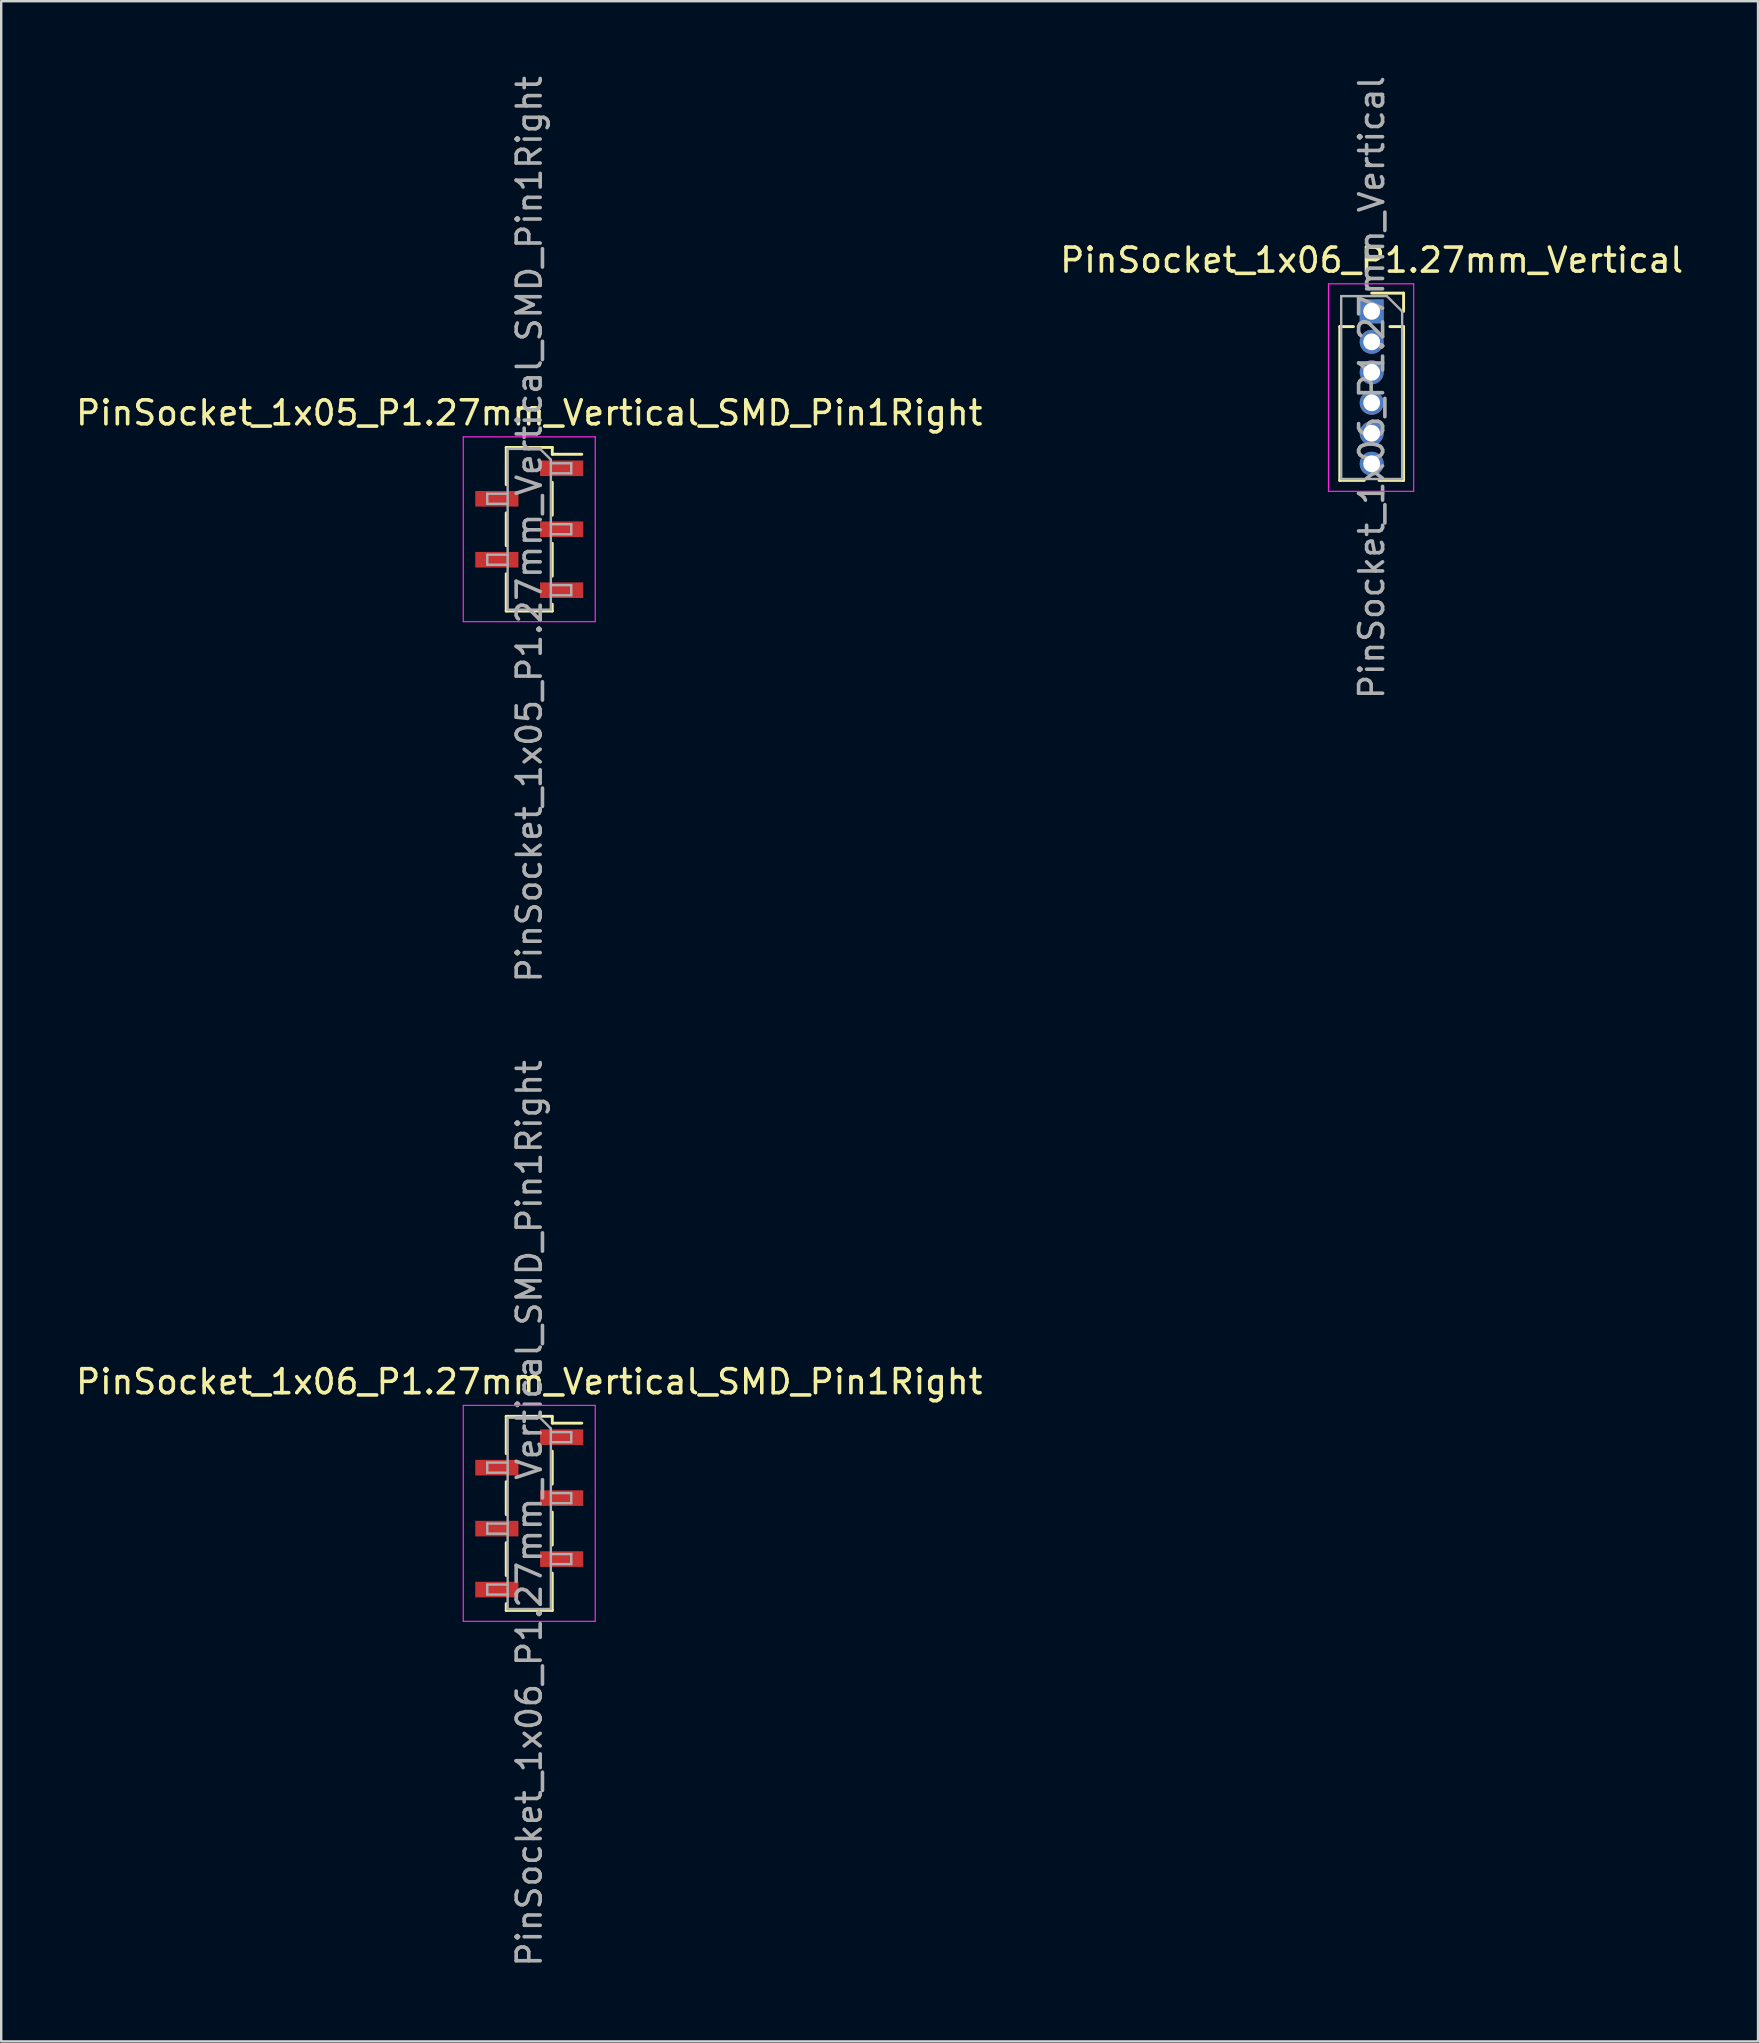
<source format=kicad_pcb>
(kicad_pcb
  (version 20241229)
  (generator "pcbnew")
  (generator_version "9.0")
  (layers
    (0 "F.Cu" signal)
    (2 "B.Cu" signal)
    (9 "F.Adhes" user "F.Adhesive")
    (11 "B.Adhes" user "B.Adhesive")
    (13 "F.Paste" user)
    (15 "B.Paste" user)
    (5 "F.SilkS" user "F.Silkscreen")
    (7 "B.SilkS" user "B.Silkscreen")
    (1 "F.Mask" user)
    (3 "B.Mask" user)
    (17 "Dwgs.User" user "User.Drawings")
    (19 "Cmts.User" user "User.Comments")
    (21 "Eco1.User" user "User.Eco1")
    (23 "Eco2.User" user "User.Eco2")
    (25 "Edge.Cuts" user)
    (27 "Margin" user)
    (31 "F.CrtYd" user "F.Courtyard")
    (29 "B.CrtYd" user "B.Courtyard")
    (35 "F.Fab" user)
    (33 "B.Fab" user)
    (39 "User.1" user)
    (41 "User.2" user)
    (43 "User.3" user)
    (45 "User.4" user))
  (footprint "PinSocket_1x06_P1.27mm_Vertical_SMD_Pin1Right"
    (layer "F.Cu")
    (at 19.006 60.018)
    (property "Reference" "PinSocket_1x06_P1.27mm_Vertical_SMD_Pin1Right" (at 0 -5.485 0) (layer "F.SilkS") (effects (font (size 1 1) (thickness 0.15))))
    (attr smd)
    (fp_line (start -0.96 -4.045) (end -0.96 -2.49) (stroke (width 0.12) (type solid)) (layer "F.SilkS"))
    (fp_line (start -0.96 -4.045) (end 0.96 -4.045) (stroke (width 0.12) (type solid)) (layer "F.SilkS"))
    (fp_line (start -0.96 -1.32) (end -0.96 0.05) (stroke (width 0.12) (type solid)) (layer "F.SilkS"))
    (fp_line (start -0.96 1.22) (end -0.96 2.59) (stroke (width 0.12) (type solid)) (layer "F.SilkS"))
    (fp_line (start -0.96 3.76) (end -0.96 4.045) (stroke (width 0.12) (type solid)) (layer "F.SilkS"))
    (fp_line (start -0.96 4.045) (end 0.96 4.045) (stroke (width 0.12) (type solid)) (layer "F.SilkS"))
    (fp_line (start 0.96 -4.045) (end 0.96 -3.76) (stroke (width 0.12) (type solid)) (layer "F.SilkS"))
    (fp_line (start 0.96 -3.76) (end 2.19 -3.76) (stroke (width 0.12) (type solid)) (layer "F.SilkS"))
    (fp_line (start 0.96 -2.59) (end 0.96 -1.22) (stroke (width 0.12) (type solid)) (layer "F.SilkS"))
    (fp_line (start 0.96 -0.05) (end 0.96 1.32) (stroke (width 0.12) (type solid)) (layer "F.SilkS"))
    (fp_line (start 0.96 2.49) (end 0.96 4.045) (stroke (width 0.12) (type solid)) (layer "F.SilkS"))
    (fp_line (start -2.75 -4.5) (end 2.75 -4.5) (stroke (width 0.05) (type solid)) (layer "F.CrtYd"))
    (fp_line (start -2.75 4.5) (end -2.75 -4.5) (stroke (width 0.05) (type solid)) (layer "F.CrtYd"))
    (fp_line (start 2.75 -4.5) (end 2.75 4.5) (stroke (width 0.05) (type solid)) (layer "F.CrtYd"))
    (fp_line (start 2.75 4.5) (end -2.75 4.5) (stroke (width 0.05) (type solid)) (layer "F.CrtYd"))
    (fp_line (start -1.75 -2.115) (end -0.9 -2.115) (stroke (width 0.1) (type solid)) (layer "F.Fab"))
    (fp_line (start -1.75 -1.695) (end -1.75 -2.115) (stroke (width 0.1) (type solid)) (layer "F.Fab"))
    (fp_line (start -1.75 0.425) (end -0.9 0.425) (stroke (width 0.1) (type solid)) (layer "F.Fab"))
    (fp_line (start -1.75 0.845) (end -1.75 0.425) (stroke (width 0.1) (type solid)) (layer "F.Fab"))
    (fp_line (start -1.75 2.965) (end -0.9 2.965) (stroke (width 0.1) (type solid)) (layer "F.Fab"))
    (fp_line (start -1.75 3.385) (end -1.75 2.965) (stroke (width 0.1) (type solid)) (layer "F.Fab"))
    (fp_line (start -0.9 -3.985) (end 0.45 -3.985) (stroke (width 0.1) (type solid)) (layer "F.Fab"))
    (fp_line (start -0.9 -1.695) (end -1.75 -1.695) (stroke (width 0.1) (type solid)) (layer "F.Fab"))
    (fp_line (start -0.9 0.845) (end -1.75 0.845) (stroke (width 0.1) (type solid)) (layer "F.Fab"))
    (fp_line (start -0.9 3.385) (end -1.75 3.385) (stroke (width 0.1) (type solid)) (layer "F.Fab"))
    (fp_line (start -0.9 3.985) (end -0.9 -3.985) (stroke (width 0.1) (type solid)) (layer "F.Fab"))
    (fp_line (start 0.45 -3.985) (end 0.9 -3.535) (stroke (width 0.1) (type solid)) (layer "F.Fab"))
    (fp_line (start 0.9 -3.535) (end 0.9 3.985) (stroke (width 0.1) (type solid)) (layer "F.Fab"))
    (fp_line (start 0.9 -3.385) (end 1.75 -3.385) (stroke (width 0.1) (type solid)) (layer "F.Fab"))
    (fp_line (start 0.9 -0.845) (end 1.75 -0.845) (stroke (width 0.1) (type solid)) (layer "F.Fab"))
    (fp_line (start 0.9 1.695) (end 1.75 1.695) (stroke (width 0.1) (type solid)) (layer "F.Fab"))
    (fp_line (start 0.9 3.985) (end -0.9 3.985) (stroke (width 0.1) (type solid)) (layer "F.Fab"))
    (fp_line (start 1.75 -3.385) (end 1.75 -2.965) (stroke (width 0.1) (type solid)) (layer "F.Fab"))
    (fp_line (start 1.75 -2.965) (end 0.9 -2.965) (stroke (width 0.1) (type solid)) (layer "F.Fab"))
    (fp_line (start 1.75 -0.845) (end 1.75 -0.425) (stroke (width 0.1) (type solid)) (layer "F.Fab"))
    (fp_line (start 1.75 -0.425) (end 0.9 -0.425) (stroke (width 0.1) (type solid)) (layer "F.Fab"))
    (fp_line (start 1.75 1.695) (end 1.75 2.115) (stroke (width 0.1) (type solid)) (layer "F.Fab"))
    (fp_line (start 1.75 2.115) (end 0.9 2.115) (stroke (width 0.1) (type solid)) (layer "F.Fab"))
    (fp_text user "${REFERENCE}" (at 0 0 90) (layer "F.Fab") (effects (font (size 1 1) (thickness 0.15))))
    (pad "1" smd rect (at 1.35 -3.175) (size 1.8 0.65) (layers "F.Cu" "F.Mask" "F.Paste"))
    (pad "2" smd rect (at -1.35 -1.905) (size 1.8 0.65) (layers "F.Cu" "F.Mask" "F.Paste"))
    (pad "3" smd rect (at 1.35 -0.635) (size 1.8 0.65) (layers "F.Cu" "F.Mask" "F.Paste"))
    (pad "4" smd rect (at -1.35 0.635) (size 1.8 0.65) (layers "F.Cu" "F.Mask" "F.Paste"))
    (pad "5" smd rect (at 1.35 1.905) (size 1.8 0.65) (layers "F.Cu" "F.Mask" "F.Paste"))
    (pad "6" smd rect (at -1.35 3.175) (size 1.8 0.65) (layers "F.Cu" "F.Mask" "F.Paste")))
  (footprint "PinSocket_1x05_P1.27mm_Vertical_SMD_Pin1Right"
    (layer "F.Cu")
    (at 19.006 19.006)
    (property "Reference" "PinSocket_1x05_P1.27mm_Vertical_SMD_Pin1Right" (at 0 -4.85 0) (layer "F.SilkS") (effects (font (size 1 1) (thickness 0.15))))
    (attr smd)
    (fp_line (start -0.96 -3.41) (end -0.96 -1.855) (stroke (width 0.12) (type solid)) (layer "F.SilkS"))
    (fp_line (start -0.96 -3.41) (end 0.96 -3.41) (stroke (width 0.12) (type solid)) (layer "F.SilkS"))
    (fp_line (start -0.96 -0.685) (end -0.96 0.685) (stroke (width 0.12) (type solid)) (layer "F.SilkS"))
    (fp_line (start -0.96 1.855) (end -0.96 3.41) (stroke (width 0.12) (type solid)) (layer "F.SilkS"))
    (fp_line (start -0.96 3.41) (end 0.96 3.41) (stroke (width 0.12) (type solid)) (layer "F.SilkS"))
    (fp_line (start 0.96 -3.41) (end 0.96 -3.125) (stroke (width 0.12) (type solid)) (layer "F.SilkS"))
    (fp_line (start 0.96 -3.125) (end 2.19 -3.125) (stroke (width 0.12) (type solid)) (layer "F.SilkS"))
    (fp_line (start 0.96 -1.955) (end 0.96 -0.585) (stroke (width 0.12) (type solid)) (layer "F.SilkS"))
    (fp_line (start 0.96 0.585) (end 0.96 1.955) (stroke (width 0.12) (type solid)) (layer "F.SilkS"))
    (fp_line (start 0.96 3.125) (end 0.96 3.41) (stroke (width 0.12) (type solid)) (layer "F.SilkS"))
    (fp_line (start -2.75 -3.85) (end 2.75 -3.85) (stroke (width 0.05) (type solid)) (layer "F.CrtYd"))
    (fp_line (start -2.75 3.85) (end -2.75 -3.85) (stroke (width 0.05) (type solid)) (layer "F.CrtYd"))
    (fp_line (start 2.75 -3.85) (end 2.75 3.85) (stroke (width 0.05) (type solid)) (layer "F.CrtYd"))
    (fp_line (start 2.75 3.85) (end -2.75 3.85) (stroke (width 0.05) (type solid)) (layer "F.CrtYd"))
    (fp_line (start -1.75 -1.48) (end -0.9 -1.48) (stroke (width 0.1) (type solid)) (layer "F.Fab"))
    (fp_line (start -1.75 -1.06) (end -1.75 -1.48) (stroke (width 0.1) (type solid)) (layer "F.Fab"))
    (fp_line (start -1.75 1.06) (end -0.9 1.06) (stroke (width 0.1) (type solid)) (layer "F.Fab"))
    (fp_line (start -1.75 1.48) (end -1.75 1.06) (stroke (width 0.1) (type solid)) (layer "F.Fab"))
    (fp_line (start -0.9 -3.35) (end 0.45 -3.35) (stroke (width 0.1) (type solid)) (layer "F.Fab"))
    (fp_line (start -0.9 -1.06) (end -1.75 -1.06) (stroke (width 0.1) (type solid)) (layer "F.Fab"))
    (fp_line (start -0.9 1.48) (end -1.75 1.48) (stroke (width 0.1) (type solid)) (layer "F.Fab"))
    (fp_line (start -0.9 3.35) (end -0.9 -3.35) (stroke (width 0.1) (type solid)) (layer "F.Fab"))
    (fp_line (start 0.45 -3.35) (end 0.9 -2.9) (stroke (width 0.1) (type solid)) (layer "F.Fab"))
    (fp_line (start 0.9 -2.9) (end 0.9 3.35) (stroke (width 0.1) (type solid)) (layer "F.Fab"))
    (fp_line (start 0.9 -2.75) (end 1.75 -2.75) (stroke (width 0.1) (type solid)) (layer "F.Fab"))
    (fp_line (start 0.9 -0.21) (end 1.75 -0.21) (stroke (width 0.1) (type solid)) (layer "F.Fab"))
    (fp_line (start 0.9 2.33) (end 1.75 2.33) (stroke (width 0.1) (type solid)) (layer "F.Fab"))
    (fp_line (start 0.9 3.35) (end -0.9 3.35) (stroke (width 0.1) (type solid)) (layer "F.Fab"))
    (fp_line (start 1.75 -2.75) (end 1.75 -2.33) (stroke (width 0.1) (type solid)) (layer "F.Fab"))
    (fp_line (start 1.75 -2.33) (end 0.9 -2.33) (stroke (width 0.1) (type solid)) (layer "F.Fab"))
    (fp_line (start 1.75 -0.21) (end 1.75 0.21) (stroke (width 0.1) (type solid)) (layer "F.Fab"))
    (fp_line (start 1.75 0.21) (end 0.9 0.21) (stroke (width 0.1) (type solid)) (layer "F.Fab"))
    (fp_line (start 1.75 2.33) (end 1.75 2.75) (stroke (width 0.1) (type solid)) (layer "F.Fab"))
    (fp_line (start 1.75 2.75) (end 0.9 2.75) (stroke (width 0.1) (type solid)) (layer "F.Fab"))
    (fp_text user "${REFERENCE}" (at 0 0 90) (layer "F.Fab") (effects (font (size 1 1) (thickness 0.15))))
    (pad "1" smd rect (at 1.35 -2.54) (size 1.8 0.65) (layers "F.Cu" "F.Mask" "F.Paste"))
    (pad "2" smd rect (at -1.35 -1.27) (size 1.8 0.65) (layers "F.Cu" "F.Mask" "F.Paste"))
    (pad "3" smd rect (at 1.35 0) (size 1.8 0.65) (layers "F.Cu" "F.Mask" "F.Paste"))
    (pad "4" smd rect (at -1.35 1.27) (size 1.8 0.65) (layers "F.Cu" "F.Mask" "F.Paste"))
    (pad "5" smd rect (at 1.35 2.54) (size 1.8 0.65) (layers "F.Cu" "F.Mask" "F.Paste")))
  (footprint "PinSocket_1x06_P1.27mm_Vertical"
    (layer "F.Cu")
    (at 54.113 9.926)
    (property "Reference" "PinSocket_1x06_P1.27mm_Vertical" (at 0 -2.135 0) (layer "F.SilkS") (effects (font (size 1 1) (thickness 0.15))))
    (attr through_hole)
    (fp_line (start -1.33 0.635) (end -1.33 7.045) (stroke (width 0.12) (type solid)) (layer "F.SilkS"))
    (fp_line (start -1.33 0.635) (end -0.76 0.635) (stroke (width 0.12) (type solid)) (layer "F.SilkS"))
    (fp_line (start -1.33 7.045) (end -0.308 7.045) (stroke (width 0.12) (type solid)) (layer "F.SilkS"))
    (fp_line (start 0 -0.76) (end 1.33 -0.76) (stroke (width 0.12) (type solid)) (layer "F.SilkS"))
    (fp_line (start 0.308 7.045) (end 1.33 7.045) (stroke (width 0.12) (type solid)) (layer "F.SilkS"))
    (fp_line (start 0.76 0.635) (end 1.33 0.635) (stroke (width 0.12) (type solid)) (layer "F.SilkS"))
    (fp_line (start 1.33 -0.76) (end 1.33 0) (stroke (width 0.12) (type solid)) (layer "F.SilkS"))
    (fp_line (start 1.33 0.635) (end 1.33 7.045) (stroke (width 0.12) (type solid)) (layer "F.SilkS"))
    (fp_line (start -1.8 -1.15) (end 1.75 -1.15) (stroke (width 0.05) (type solid)) (layer "F.CrtYd"))
    (fp_line (start -1.8 7.5) (end -1.8 -1.15) (stroke (width 0.05) (type solid)) (layer "F.CrtYd"))
    (fp_line (start 1.75 -1.15) (end 1.75 7.5) (stroke (width 0.05) (type solid)) (layer "F.CrtYd"))
    (fp_line (start 1.75 7.5) (end -1.8 7.5) (stroke (width 0.05) (type solid)) (layer "F.CrtYd"))
    (fp_line (start -1.27 -0.635) (end 0.635 -0.635) (stroke (width 0.1) (type solid)) (layer "F.Fab"))
    (fp_line (start -1.27 6.985) (end -1.27 -0.635) (stroke (width 0.1) (type solid)) (layer "F.Fab"))
    (fp_line (start 0.635 -0.635) (end 1.27 0) (stroke (width 0.1) (type solid)) (layer "F.Fab"))
    (fp_line (start 1.27 0) (end 1.27 6.985) (stroke (width 0.1) (type solid)) (layer "F.Fab"))
    (fp_line (start 1.27 6.985) (end -1.27 6.985) (stroke (width 0.1) (type solid)) (layer "F.Fab"))
    (fp_text user "${REFERENCE}" (at 0 3.175 90) (layer "F.Fab") (effects (font (size 1 1) (thickness 0.15))))
    (pad "1" thru_hole rect (at 0 0) (size 1 1) (drill 0.7) (layers "*.Cu" "*.Mask"))
    (pad "2" thru_hole oval (at 0 1.27) (size 1 1) (drill 0.7) (layers "*.Cu" "*.Mask"))
    (pad "3" thru_hole oval (at 0 2.54) (size 1 1) (drill 0.7) (layers "*.Cu" "*.Mask"))
    (pad "4" thru_hole oval (at 0 3.81) (size 1 1) (drill 0.7) (layers "*.Cu" "*.Mask"))
    (pad "5" thru_hole oval (at 0 5.08) (size 1 1) (drill 0.7) (layers "*.Cu" "*.Mask"))
    (pad "6" thru_hole oval (at 0 6.35) (size 1 1) (drill 0.7) (layers "*.Cu" "*.Mask")))
  (gr_rect
    (start -3 -3)
    (end 70.214 82.024)
    (stroke (width 0.1) (type default))
    (fill no)
    (layer "Edge.Cuts")))
</source>
